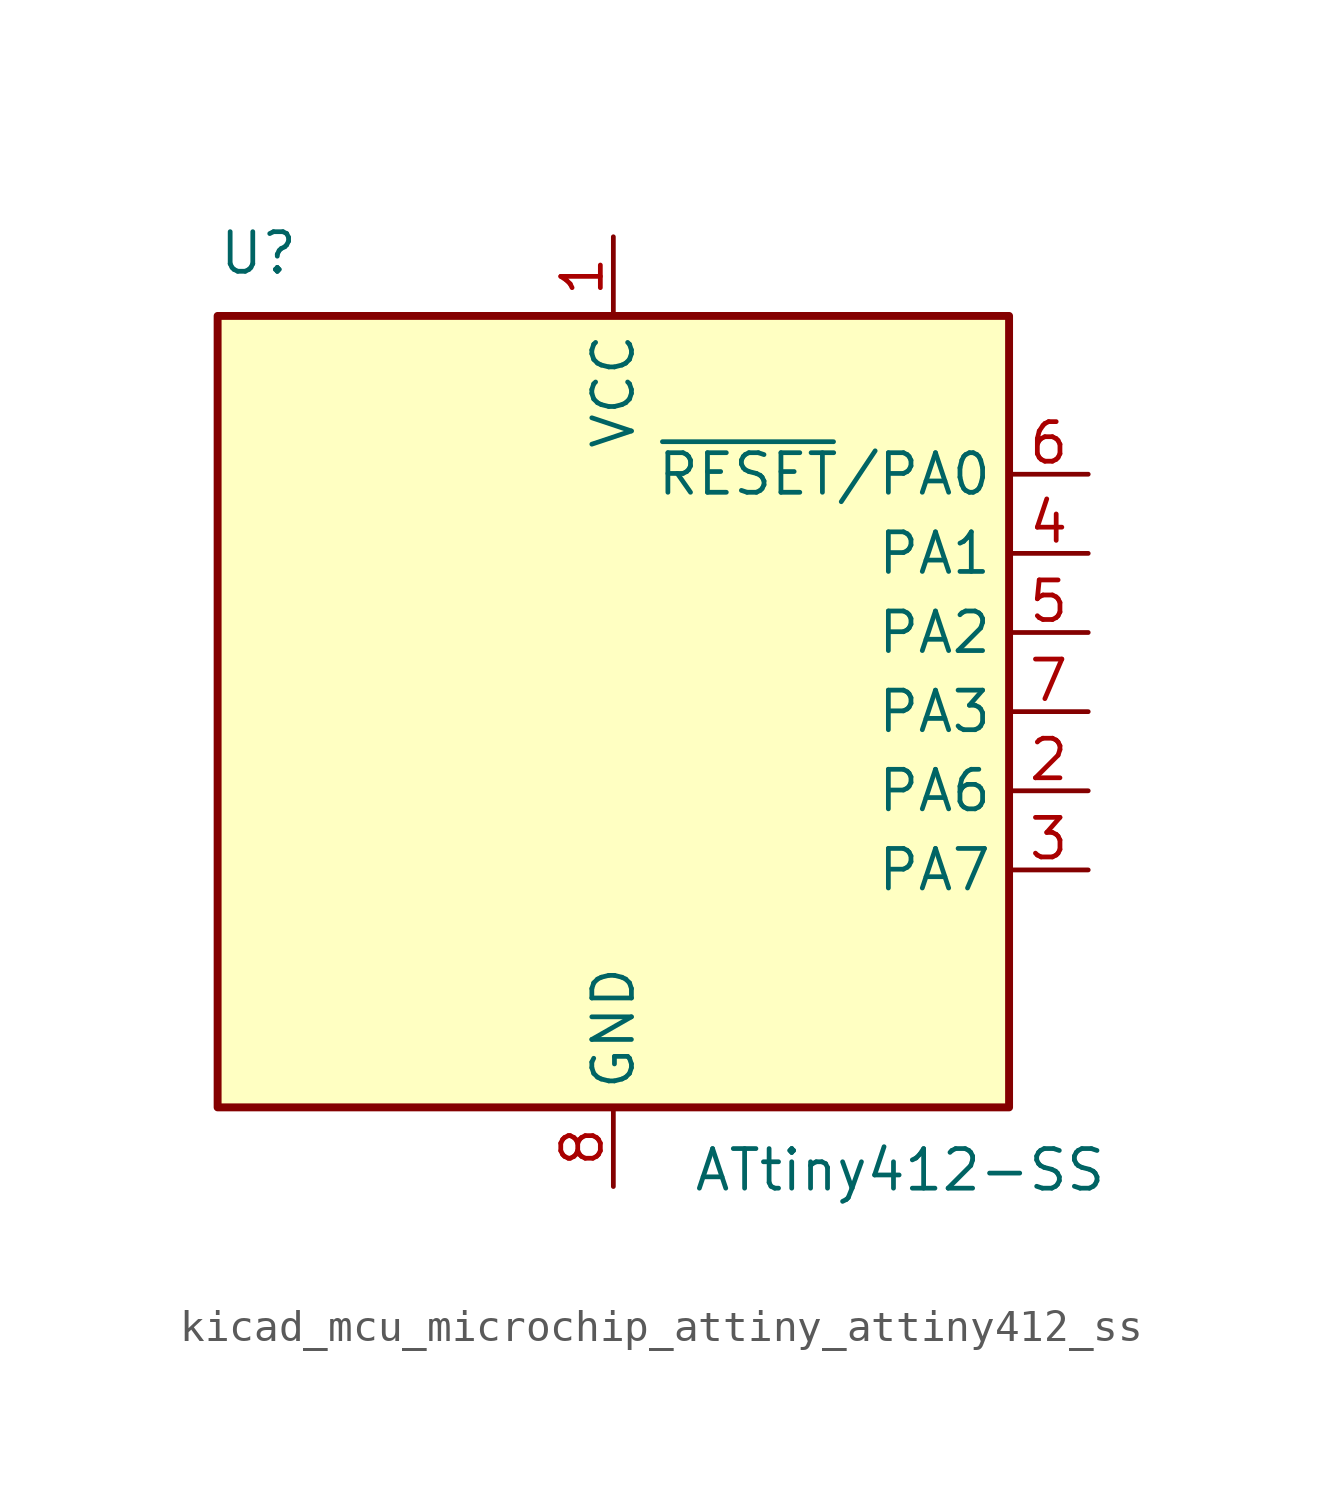
<source format=kicad_sym>
(kicad_symbol_lib
  (version 20220914)
  (generator kicad_symbol_editor)
  (symbol "kicad_mcu_microchip_attiny_attiny412_ss"
    (property "Reference" "U"
      (at -12.7 13.97 0)
      (effects (font (size 1.27 1.27)) (justify left bottom)))
    (property "Value" "ATtiny412-SS"
      (at 2.54 -13.97 0)
      (effects (font (size 1.27 1.27)) (justify left top)))
    (symbol "kicad_mcu_microchip_attiny_attiny412_ss_0_1"
      (rectangle (start -12.7 -12.7) (end 12.7 12.7) (stroke (width 0.254) (type default)) (fill (type background))))
    (symbol "kicad_mcu_microchip_attiny_attiny412_ss_1_1"
      (pin power_in line (at 0 15.24 270) (length 2.54) (name "VCC" (effects (font (size 1.27 1.27)))) (number "1" (effects (font (size 1.27 1.27)))))
      (pin bidirectional line (at 15.24 -2.54 180) (length 2.54) (name "PA6" (effects (font (size 1.27 1.27)))) (number "2" (effects (font (size 1.27 1.27)))))
      (pin bidirectional line (at 15.24 -5.08 180) (length 2.54) (name "PA7" (effects (font (size 1.27 1.27)))) (number "3" (effects (font (size 1.27 1.27)))))
      (pin bidirectional line (at 15.24 5.08 180) (length 2.54) (name "PA1" (effects (font (size 1.27 1.27)))) (number "4" (effects (font (size 1.27 1.27)))))
      (pin bidirectional line (at 15.24 2.54 180) (length 2.54) (name "PA2" (effects (font (size 1.27 1.27)))) (number "5" (effects (font (size 1.27 1.27)))))
      (pin bidirectional line (at 15.24 7.62 180) (length 2.54) (name "~{RESET}/PA0" (effects (font (size 1.27 1.27)))) (number "6" (effects (font (size 1.27 1.27)))))
      (pin bidirectional line (at 15.24 0 180) (length 2.54) (name "PA3" (effects (font (size 1.27 1.27)))) (number "7" (effects (font (size 1.27 1.27)))))
      (pin power_in line (at 0 -15.24 90) (length 2.54) (name "GND" (effects (font (size 1.27 1.27)))) (number "8" (effects (font (size 1.27 1.27))))))))
</source>
